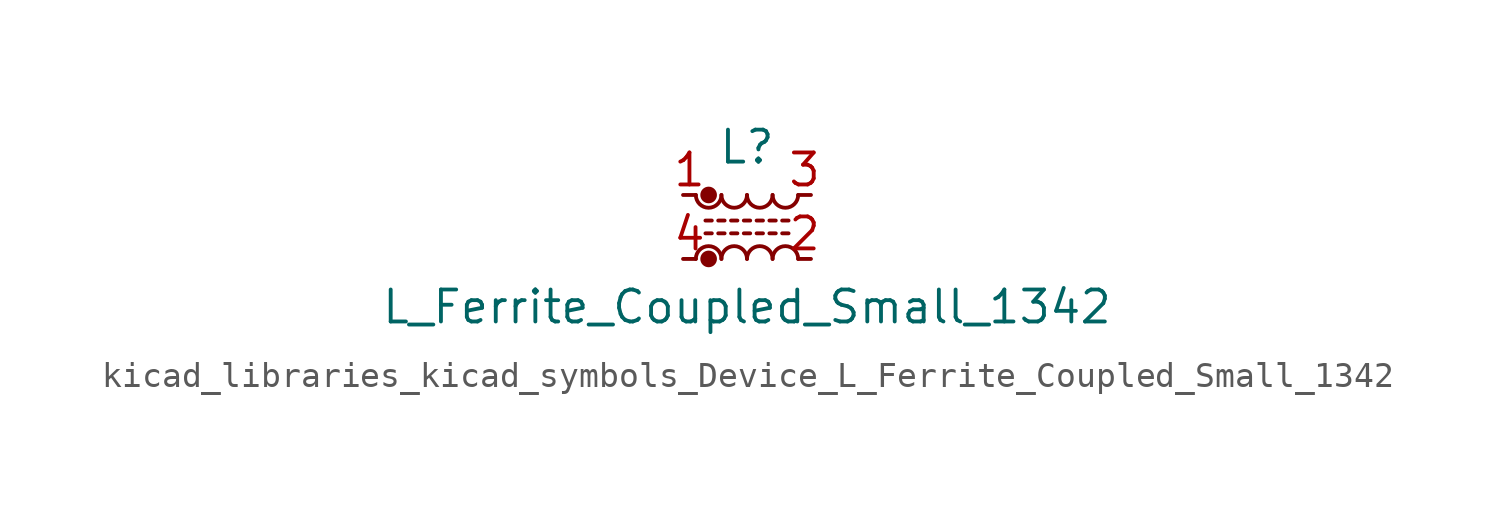
<source format=kicad_sym>
(kicad_symbol_lib
  (version 20220914)
  (generator kicad_symbol_editor)
  (symbol "kicad_libraries_kicad_symbols_Device_L_Ferrite_Coupled_Small_1342"
    (pin_names
      (offset 0.254) hide)
    (property "Reference" "L"
      (at 0 3.175 0)
      (effects (font (size 1.27 1.27))))
    (property "Value" "L_Ferrite_Coupled_Small_1342"
      (at 0 -3.175 0)
      (effects (font (size 1.27 1.27))))
    (symbol "kicad_libraries_kicad_symbols_Device_L_Ferrite_Coupled_Small_1342_0_1"
      (arc (start -2.032 1.27) (mid -1.524 0.7642) (end -1.016 1.27) (stroke (width 0) (type default)) (fill (type none)))
      (circle (center -1.524 -1.27) (radius 0.254) (stroke (width 0) (type default)) (fill (type outline)))
      (circle (center -1.524 1.27) (radius 0.254) (stroke (width 0) (type default)) (fill (type outline)))
      (arc (start -1.016 -1.27) (mid -1.524 -0.7642) (end -2.032 -1.27) (stroke (width 0) (type default)) (fill (type none)))
      (arc (start -1.016 1.27) (mid -0.508 0.7642) (end 0 1.27) (stroke (width 0) (type default)) (fill (type none)))
      (arc (start 0 -1.27) (mid -0.508 -0.7642) (end -1.016 -1.27) (stroke (width 0) (type default)) (fill (type none)))
      (polyline (pts (xy -1.651 0.254) (xy -1.397 0.254)) (stroke (width 0) (type default)) (fill (type none)))
      (polyline (pts (xy -1.397 -0.254) (xy -1.651 -0.254)) (stroke (width 0) (type default)) (fill (type none)))
      (polyline (pts (xy -1.143 0.254) (xy -0.889 0.254)) (stroke (width 0) (type default)) (fill (type none)))
      (polyline (pts (xy -0.889 -0.254) (xy -1.143 -0.254)) (stroke (width 0) (type default)) (fill (type none)))
      (polyline (pts (xy -0.635 0.254) (xy -0.381 0.254)) (stroke (width 0) (type default)) (fill (type none)))
      (polyline (pts (xy -0.381 -0.254) (xy -0.635 -0.254)) (stroke (width 0) (type default)) (fill (type none)))
      (polyline (pts (xy -0.127 0.254) (xy 0.127 0.254)) (stroke (width 0) (type default)) (fill (type none)))
      (polyline (pts (xy 0.127 -0.254) (xy -0.127 -0.254)) (stroke (width 0) (type default)) (fill (type none)))
      (polyline (pts (xy 0.381 0.254) (xy 0.635 0.254)) (stroke (width 0) (type default)) (fill (type none)))
      (polyline (pts (xy 0.635 -0.254) (xy 0.381 -0.254)) (stroke (width 0) (type default)) (fill (type none)))
      (polyline (pts (xy 0.889 0.254) (xy 1.143 0.254)) (stroke (width 0) (type default)) (fill (type none)))
      (polyline (pts (xy 1.143 -0.254) (xy 0.889 -0.254)) (stroke (width 0) (type default)) (fill (type none)))
      (polyline (pts (xy 1.397 0.254) (xy 1.651 0.254)) (stroke (width 0) (type default)) (fill (type none)))
      (polyline (pts (xy 1.651 -0.254) (xy 1.397 -0.254)) (stroke (width 0) (type default)) (fill (type none)))
      (arc (start 0 1.27) (mid 0.508 0.7642) (end 1.016 1.27) (stroke (width 0) (type default)) (fill (type none)))
      (arc (start 1.016 -1.27) (mid 0.508 -0.7642) (end 0 -1.27) (stroke (width 0) (type default)) (fill (type none)))
      (arc (start 1.016 1.27) (mid 1.524 0.7642) (end 2.032 1.27) (stroke (width 0) (type default)) (fill (type none)))
      (arc (start 2.032 -1.27) (mid 1.524 -0.7642) (end 1.016 -1.27) (stroke (width 0) (type default)) (fill (type none))))
    (symbol "kicad_libraries_kicad_symbols_Device_L_Ferrite_Coupled_Small_1342_1_1"
      (pin passive line (at -2.54 1.27 0) (length 0.508) (name "1" (effects (font (size 1.27 1.27)))) (number "1" (effects (font (size 1.27 1.27)))))
      (pin passive line (at 2.54 -1.27 180) (length 0.508) (name "2" (effects (font (size 1.27 1.27)))) (number "2" (effects (font (size 1.27 1.27)))))
      (pin passive line (at 2.54 1.27 180) (length 0.508) (name "3" (effects (font (size 1.27 1.27)))) (number "3" (effects (font (size 1.27 1.27)))))
      (pin passive line (at -2.54 -1.27 0) (length 0.508) (name "4" (effects (font (size 1.27 1.27)))) (number "4" (effects (font (size 1.27 1.27))))))))
</source>
